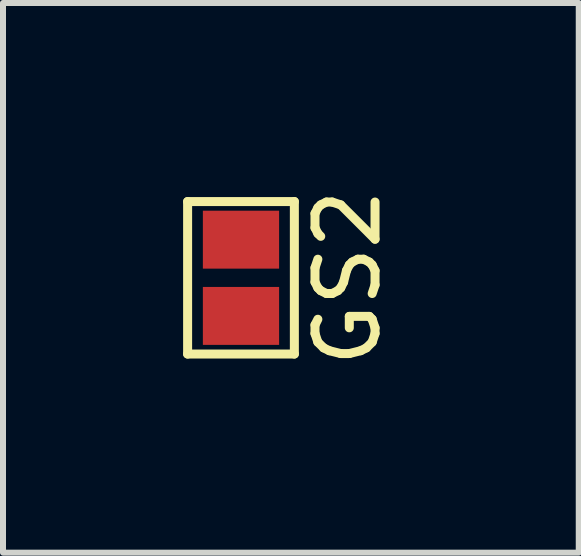
<source format=kicad_pcb>
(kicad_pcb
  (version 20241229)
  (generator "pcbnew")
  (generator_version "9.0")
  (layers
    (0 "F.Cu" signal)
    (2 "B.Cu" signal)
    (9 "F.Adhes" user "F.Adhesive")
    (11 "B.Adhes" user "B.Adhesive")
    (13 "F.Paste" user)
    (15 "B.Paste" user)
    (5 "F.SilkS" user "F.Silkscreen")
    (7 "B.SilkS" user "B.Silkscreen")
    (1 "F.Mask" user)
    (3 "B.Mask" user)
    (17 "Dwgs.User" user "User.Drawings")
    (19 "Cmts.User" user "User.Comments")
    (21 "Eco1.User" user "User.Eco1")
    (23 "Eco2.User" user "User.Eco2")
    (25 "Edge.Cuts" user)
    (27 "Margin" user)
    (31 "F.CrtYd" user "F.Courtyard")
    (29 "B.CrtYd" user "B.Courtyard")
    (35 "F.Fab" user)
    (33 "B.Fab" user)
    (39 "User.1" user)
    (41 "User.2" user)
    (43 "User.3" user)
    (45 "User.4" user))
  (footprint "GS2"
    (layer "F.Cu")
    (at 0.964 1.577)
    (property "Reference" "GS2" (at 1.778 0 90) (layer "F.SilkS") (effects (font (size 1 1) (thickness 0.15))))
    (attr exclude_from_pos_files exclude_from_bom)
    (fp_line (start -0.889 -1.27) (end -0.889 1.27) (stroke (width 0.15) (type solid)) (layer "F.SilkS"))
    (fp_line (start -0.889 -1.27) (end 0.889 -1.27) (stroke (width 0.15) (type solid)) (layer "F.SilkS"))
    (fp_line (start 0.889 1.27) (end -0.889 1.27) (stroke (width 0.15) (type solid)) (layer "F.SilkS"))
    (fp_line (start 0.889 1.27) (end 0.889 -1.27) (stroke (width 0.15) (type solid)) (layer "F.SilkS"))
    (pad "1" smd rect (at 0 -0.635) (size 1.27 0.965) (layers "F.Cu" "F.Mask" "F.Paste"))
    (pad "2" smd rect (at 0 0.635) (size 1.27 0.965) (layers "F.Cu" "F.Mask" "F.Paste")))
  (gr_rect
    (start -3 -3)
    (end 6.59 6.155)
    (stroke (width 0.1) (type default))
    (fill no)
    (layer "Edge.Cuts")))
</source>
